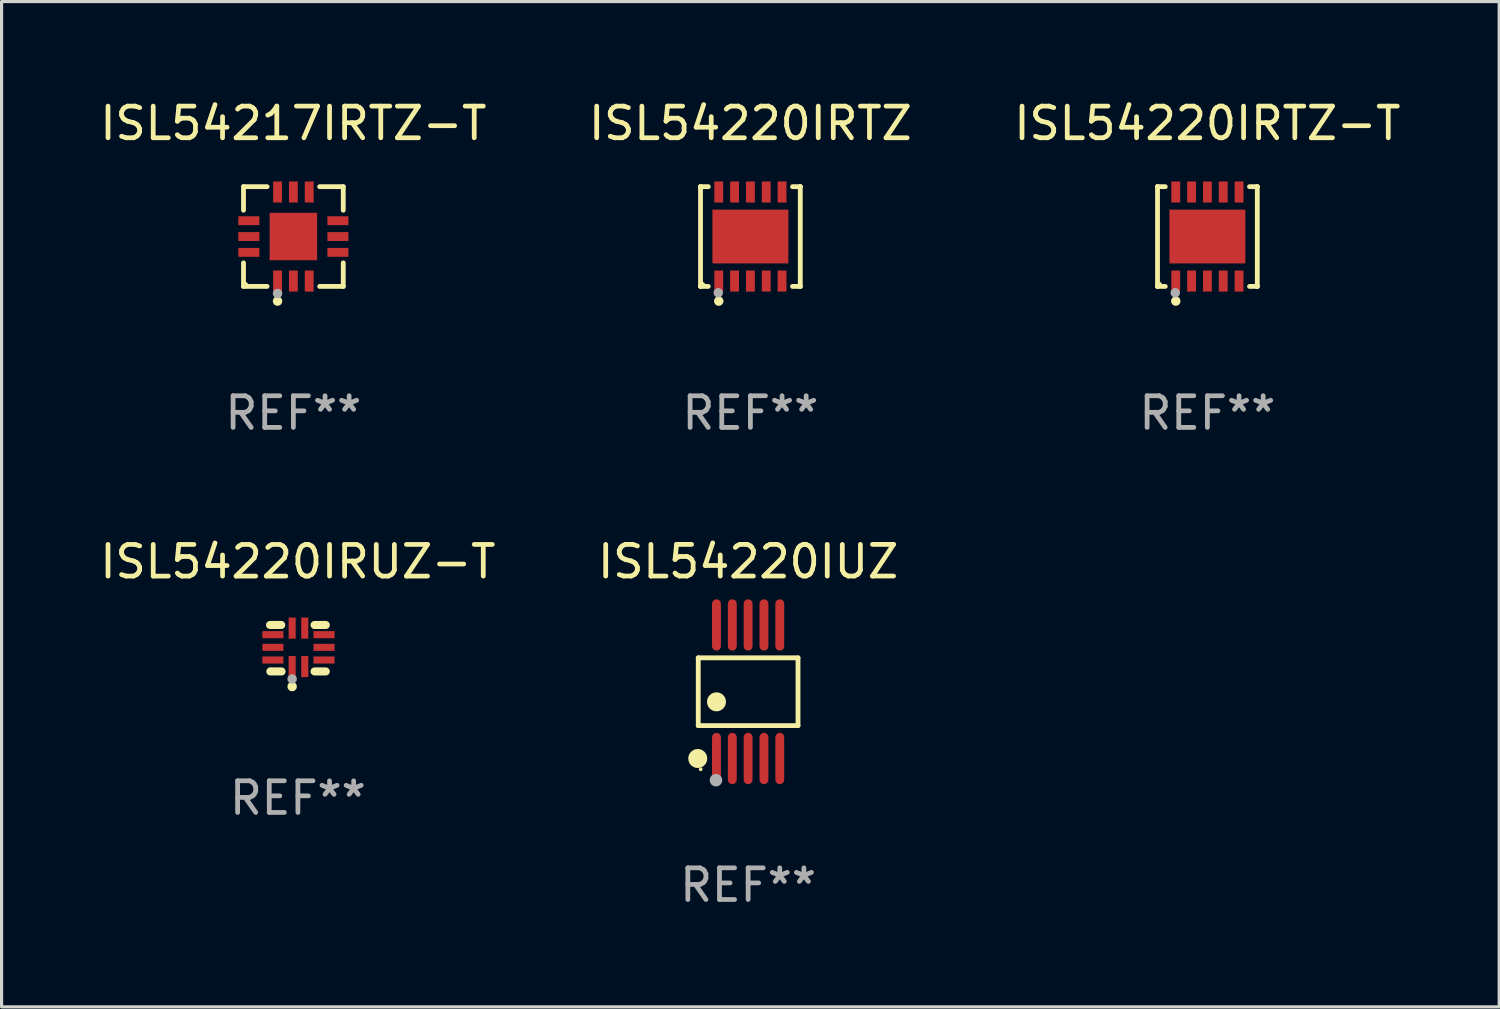
<source format=kicad_pcb>
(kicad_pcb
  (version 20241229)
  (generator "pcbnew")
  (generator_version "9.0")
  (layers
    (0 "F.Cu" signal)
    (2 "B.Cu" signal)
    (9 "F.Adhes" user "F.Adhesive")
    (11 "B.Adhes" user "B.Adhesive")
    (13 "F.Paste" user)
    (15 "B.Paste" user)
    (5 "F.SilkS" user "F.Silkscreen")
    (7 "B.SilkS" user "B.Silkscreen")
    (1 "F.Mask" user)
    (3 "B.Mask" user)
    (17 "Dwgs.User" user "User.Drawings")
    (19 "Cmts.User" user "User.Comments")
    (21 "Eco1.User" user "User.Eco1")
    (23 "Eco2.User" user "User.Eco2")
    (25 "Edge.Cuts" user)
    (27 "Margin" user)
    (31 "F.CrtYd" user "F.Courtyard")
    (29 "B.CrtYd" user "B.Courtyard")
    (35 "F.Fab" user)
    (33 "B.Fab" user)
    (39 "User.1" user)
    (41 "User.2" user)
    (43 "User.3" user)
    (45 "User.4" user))
  (footprint "ISL54220IRTZ-T"
    (layer "F.Cu")
    (at 35.101 4.424)
    (property "Reference" "ISL54220IRTZ-T" (at 0 -3.576 0) (layer "F.SilkS") (effects (font (size 1 1) (thickness 0.15))))
    (attr through_hole)
    (fp_line (start -1.576 -1.576) (end -1.576 -1.576) (stroke (width 0.152) (type solid)) (layer "F.SilkS"))
    (fp_line (start -1.576 -1.576) (end -1.331 -1.576) (stroke (width 0.152) (type solid)) (layer "F.SilkS"))
    (fp_line (start -1.576 1.576) (end -1.576 -1.576) (stroke (width 0.152) (type solid)) (layer "F.SilkS"))
    (fp_line (start -1.576 1.576) (end -1.576 1.576) (stroke (width 0.152) (type solid)) (layer "F.SilkS"))
    (fp_line (start -1.331 1.576) (end -1.576 1.576) (stroke (width 0.152) (type solid)) (layer "F.SilkS"))
    (fp_line (start 1.331 1.576) (end 1.576 1.576) (stroke (width 0.152) (type solid)) (layer "F.SilkS"))
    (fp_line (start 1.576 -1.576) (end 1.331 -1.576) (stroke (width 0.152) (type solid)) (layer "F.SilkS"))
    (fp_line (start 1.576 -1.576) (end 1.576 -1.576) (stroke (width 0.152) (type solid)) (layer "F.SilkS"))
    (fp_line (start 1.576 1.576) (end 1.576 -1.576) (stroke (width 0.152) (type solid)) (layer "F.SilkS"))
    (fp_line (start 1.576 1.576) (end 1.576 1.576) (stroke (width 0.152) (type solid)) (layer "F.SilkS"))
    (fp_circle (center -1.5 1.5) (end -1.47 1.5) (stroke (width 0.06) (type solid)) (fill no) (layer "F.SilkS"))
    (fp_circle (center -1 2.04) (end -0.925 2.04) (stroke (width 0.15) (type solid)) (fill no) (layer "F.SilkS"))
    (fp_circle (center -1.016 1.778) (end -0.941 1.778) (stroke (width 0.15) (type solid)) (fill no) (layer "F.Fab"))
    (fp_text user "REF**" (at 0 5.576 0) (layer "F.Fab") (effects (font (size 1 1) (thickness 0.15))))
    (pad "1" smd rect (at -1 1.407) (size 0.28 0.665) (layers "F.Cu" "F.Mask" "F.Paste"))
    (pad "2" smd rect (at -0.5 1.407) (size 0.28 0.665) (layers "F.Cu" "F.Mask" "F.Paste"))
    (pad "3" smd rect (at 0 1.407) (size 0.28 0.665) (layers "F.Cu" "F.Mask" "F.Paste"))
    (pad "4" smd rect (at 0.5 1.407) (size 0.28 0.665) (layers "F.Cu" "F.Mask" "F.Paste"))
    (pad "5" smd rect (at 1 1.407) (size 0.28 0.665) (layers "F.Cu" "F.Mask" "F.Paste"))
    (pad "6" smd rect (at 1 -1.407) (size 0.28 0.665) (layers "F.Cu" "F.Mask" "F.Paste"))
    (pad "7" smd rect (at 0.5 -1.407) (size 0.28 0.665) (layers "F.Cu" "F.Mask" "F.Paste"))
    (pad "8" smd rect (at 0 -1.407) (size 0.28 0.665) (layers "F.Cu" "F.Mask" "F.Paste"))
    (pad "9" smd rect (at -0.5 -1.407) (size 0.28 0.665) (layers "F.Cu" "F.Mask" "F.Paste"))
    (pad "10" smd rect (at -1 -1.407) (size 0.28 0.665) (layers "F.Cu" "F.Mask" "F.Paste"))
    (pad "11" smd rect (at 0 0) (size 2.4 1.7) (layers "F.Cu" "F.Mask" "F.Paste")))
  (footprint "ISL54220IRUZ-T"
    (layer "F.Cu")
    (at 6.363 17.432)
    (property "Reference" "ISL54220IRUZ-T" (at 0 -2.734 0) (layer "F.SilkS") (effects (font (size 1 1) (thickness 0.15))))
    (attr through_hole)
    (fp_line (start -0.881 -0.734) (end -0.526 -0.734) (stroke (width 0.254) (type solid)) (layer "F.SilkS"))
    (fp_line (start -0.871 0.734) (end -0.516 0.734) (stroke (width 0.254) (type solid)) (layer "F.SilkS"))
    (fp_line (start 0.526 -0.734) (end 0.881 -0.734) (stroke (width 0.254) (type solid)) (layer "F.SilkS"))
    (fp_line (start 0.526 0.734) (end 0.881 0.734) (stroke (width 0.254) (type solid)) (layer "F.SilkS"))
    (fp_circle (center -0.882 0.672) (end -0.852 0.672) (stroke (width 0.06) (type solid)) (fill no) (layer "F.SilkS"))
    (fp_circle (center -0.182 1.212) (end -0.107 1.212) (stroke (width 0.15) (type solid)) (fill no) (layer "F.SilkS"))
    (fp_circle (center -0.182 0.972) (end -0.107 0.972) (stroke (width 0.15) (type solid)) (fill no) (layer "F.Fab"))
    (fp_text user "REF**" (at 0 4.734 0) (layer "F.Fab") (effects (font (size 1 1) (thickness 0.15))))
    (pad "1" smd rect (at -0.182 0.58) (size 0.224 0.665) (layers "F.Cu" "F.Mask" "F.Paste"))
    (pad "2" smd rect (at 0.217 0.58) (size 0.224 0.665) (layers "F.Cu" "F.Mask" "F.Paste"))
    (pad "3" smd rect (at 0.825 0.372) (size 0.665 0.224) (layers "F.Cu" "F.Mask" "F.Paste"))
    (pad "4" smd rect (at 0.825 -0.028) (size 0.665 0.224) (layers "F.Cu" "F.Mask" "F.Paste"))
    (pad "5" smd rect (at 0.825 -0.428) (size 0.665 0.224) (layers "F.Cu" "F.Mask" "F.Paste"))
    (pad "6" smd rect (at 0.217 -0.635) (size 0.224 0.665) (layers "F.Cu" "F.Mask" "F.Paste"))
    (pad "7" smd rect (at -0.182 -0.635) (size 0.224 0.665) (layers "F.Cu" "F.Mask" "F.Paste"))
    (pad "8" smd rect (at -0.79 -0.428) (size 0.665 0.224) (layers "F.Cu" "F.Mask" "F.Paste"))
    (pad "9" smd rect (at -0.79 -0.028) (size 0.665 0.224) (layers "F.Cu" "F.Mask" "F.Paste"))
    (pad "10" smd rect (at -0.79 0.372) (size 0.665 0.224) (layers "F.Cu" "F.Mask" "F.Paste")))
  (footprint "ISL54220IRTZ"
    (layer "F.Cu")
    (at 20.661 4.424)
    (property "Reference" "ISL54220IRTZ" (at 0 -3.576 0) (layer "F.SilkS") (effects (font (size 1 1) (thickness 0.15))))
    (attr through_hole)
    (fp_line (start -1.576 -1.576) (end -1.576 -1.576) (stroke (width 0.152) (type solid)) (layer "F.SilkS"))
    (fp_line (start -1.576 -1.576) (end -1.331 -1.576) (stroke (width 0.152) (type solid)) (layer "F.SilkS"))
    (fp_line (start -1.576 1.576) (end -1.576 -1.576) (stroke (width 0.152) (type solid)) (layer "F.SilkS"))
    (fp_line (start -1.576 1.576) (end -1.576 1.576) (stroke (width 0.152) (type solid)) (layer "F.SilkS"))
    (fp_line (start -1.331 1.576) (end -1.576 1.576) (stroke (width 0.152) (type solid)) (layer "F.SilkS"))
    (fp_line (start 1.331 1.576) (end 1.576 1.576) (stroke (width 0.152) (type solid)) (layer "F.SilkS"))
    (fp_line (start 1.576 -1.576) (end 1.331 -1.576) (stroke (width 0.152) (type solid)) (layer "F.SilkS"))
    (fp_line (start 1.576 -1.576) (end 1.576 -1.576) (stroke (width 0.152) (type solid)) (layer "F.SilkS"))
    (fp_line (start 1.576 1.576) (end 1.576 -1.576) (stroke (width 0.152) (type solid)) (layer "F.SilkS"))
    (fp_line (start 1.576 1.576) (end 1.576 1.576) (stroke (width 0.152) (type solid)) (layer "F.SilkS"))
    (fp_circle (center -1.5 1.5) (end -1.47 1.5) (stroke (width 0.06) (type solid)) (fill no) (layer "F.SilkS"))
    (fp_circle (center -1 2.04) (end -0.925 2.04) (stroke (width 0.15) (type solid)) (fill no) (layer "F.SilkS"))
    (fp_circle (center -1.016 1.778) (end -0.941 1.778) (stroke (width 0.15) (type solid)) (fill no) (layer "F.Fab"))
    (fp_text user "REF**" (at 0 5.576 0) (layer "F.Fab") (effects (font (size 1 1) (thickness 0.15))))
    (pad "1" smd rect (at -1 1.407) (size 0.28 0.665) (layers "F.Cu" "F.Mask" "F.Paste"))
    (pad "2" smd rect (at -0.5 1.407) (size 0.28 0.665) (layers "F.Cu" "F.Mask" "F.Paste"))
    (pad "3" smd rect (at 0 1.407) (size 0.28 0.665) (layers "F.Cu" "F.Mask" "F.Paste"))
    (pad "4" smd rect (at 0.5 1.407) (size 0.28 0.665) (layers "F.Cu" "F.Mask" "F.Paste"))
    (pad "5" smd rect (at 1 1.407) (size 0.28 0.665) (layers "F.Cu" "F.Mask" "F.Paste"))
    (pad "6" smd rect (at 1 -1.407) (size 0.28 0.665) (layers "F.Cu" "F.Mask" "F.Paste"))
    (pad "7" smd rect (at 0.5 -1.407) (size 0.28 0.665) (layers "F.Cu" "F.Mask" "F.Paste"))
    (pad "8" smd rect (at 0 -1.407) (size 0.28 0.665) (layers "F.Cu" "F.Mask" "F.Paste"))
    (pad "9" smd rect (at -0.5 -1.407) (size 0.28 0.665) (layers "F.Cu" "F.Mask" "F.Paste"))
    (pad "10" smd rect (at -1 -1.407) (size 0.28 0.665) (layers "F.Cu" "F.Mask" "F.Paste"))
    (pad "11" smd rect (at 0 0) (size 2.4 1.7) (layers "F.Cu" "F.Mask" "F.Paste")))
  (footprint "ISL54217IRTZ-T"
    (layer "F.Cu")
    (at 6.22 4.424)
    (property "Reference" "ISL54217IRTZ-T" (at 0 -3.576 0) (layer "F.SilkS") (effects (font (size 1 1) (thickness 0.15))))
    (attr through_hole)
    (fp_line (start -1.576 -1.576) (end -0.831 -1.576) (stroke (width 0.152) (type solid)) (layer "F.SilkS"))
    (fp_line (start -1.576 -0.831) (end -1.576 -1.576) (stroke (width 0.152) (type solid)) (layer "F.SilkS"))
    (fp_line (start -1.576 0.831) (end -1.576 1.576) (stroke (width 0.152) (type solid)) (layer "F.SilkS"))
    (fp_line (start -1.576 1.576) (end -0.831 1.576) (stroke (width 0.152) (type solid)) (layer "F.SilkS"))
    (fp_line (start 1.576 -1.576) (end 0.831 -1.576) (stroke (width 0.152) (type solid)) (layer "F.SilkS"))
    (fp_line (start 1.576 -0.831) (end 1.576 -1.576) (stroke (width 0.152) (type solid)) (layer "F.SilkS"))
    (fp_line (start 1.576 0.831) (end 1.576 1.576) (stroke (width 0.152) (type solid)) (layer "F.SilkS"))
    (fp_line (start 1.576 1.576) (end 0.831 1.576) (stroke (width 0.152) (type solid)) (layer "F.SilkS"))
    (fp_circle (center -1.5 1.5) (end -1.47 1.5) (stroke (width 0.06) (type solid)) (fill no) (layer "F.SilkS"))
    (fp_circle (center -0.5 2.04) (end -0.425 2.04) (stroke (width 0.15) (type solid)) (fill no) (layer "F.SilkS"))
    (fp_circle (center -0.5 1.8) (end -0.425 1.8) (stroke (width 0.15) (type solid)) (fill no) (layer "F.Fab"))
    (fp_text user "REF**" (at 0 5.576 0) (layer "F.Fab") (effects (font (size 1 1) (thickness 0.15))))
    (pad "1" smd rect (at -0.5 1.407) (size 0.28 0.665) (layers "F.Cu" "F.Mask" "F.Paste"))
    (pad "2" smd rect (at 0 1.407) (size 0.28 0.665) (layers "F.Cu" "F.Mask" "F.Paste"))
    (pad "3" smd rect (at 0.5 1.407) (size 0.28 0.665) (layers "F.Cu" "F.Mask" "F.Paste"))
    (pad "4" smd rect (at 1.407 0.5) (size 0.665 0.28) (layers "F.Cu" "F.Mask" "F.Paste"))
    (pad "5" smd rect (at 1.407 0) (size 0.665 0.28) (layers "F.Cu" "F.Mask" "F.Paste"))
    (pad "6" smd rect (at 1.407 -0.5) (size 0.665 0.28) (layers "F.Cu" "F.Mask" "F.Paste"))
    (pad "7" smd rect (at 0.5 -1.407) (size 0.28 0.665) (layers "F.Cu" "F.Mask" "F.Paste"))
    (pad "8" smd rect (at 0 -1.407) (size 0.28 0.665) (layers "F.Cu" "F.Mask" "F.Paste"))
    (pad "9" smd rect (at -0.5 -1.407) (size 0.28 0.665) (layers "F.Cu" "F.Mask" "F.Paste"))
    (pad "10" smd rect (at -1.407 -0.5) (size 0.665 0.28) (layers "F.Cu" "F.Mask" "F.Paste"))
    (pad "11" smd rect (at -1.407 0) (size 0.665 0.28) (layers "F.Cu" "F.Mask" "F.Paste"))
    (pad "12" smd rect (at -1.407 0.5) (size 0.665 0.28) (layers "F.Cu" "F.Mask" "F.Paste"))
    (pad "13" smd rect (at 0 0) (size 1.5 1.5) (layers "F.Cu" "F.Mask" "F.Paste")))
  (footprint "ISL54220IUZ"
    (layer "F.Cu")
    (at 20.589 18.807)
    (property "Reference" "ISL54220IUZ" (at 0 -4.11 0) (layer "F.SilkS") (effects (font (size 1 1) (thickness 0.15))))
    (attr through_hole)
    (fp_line (start -1.576 -1.071) (end 1.576 -1.071) (stroke (width 0.152) (type solid)) (layer "F.SilkS"))
    (fp_line (start -1.576 1.071) (end -1.576 -1.071) (stroke (width 0.152) (type solid)) (layer "F.SilkS"))
    (fp_line (start 1.576 -1.071) (end 1.576 1.071) (stroke (width 0.152) (type solid)) (layer "F.SilkS"))
    (fp_line (start 1.576 1.071) (end -1.576 1.071) (stroke (width 0.152) (type solid)) (layer "F.SilkS"))
    (fp_circle (center -1.592 2.11) (end -1.442 2.11) (stroke (width 0.3) (type solid)) (fill no) (layer "F.SilkS"))
    (fp_circle (center -1.5 2.45) (end -1.47 2.45) (stroke (width 0.06) (type solid)) (fill no) (layer "F.SilkS"))
    (fp_circle (center -1 0.319) (end -0.85 0.319) (stroke (width 0.3) (type solid)) (fill no) (layer "F.SilkS"))
    (fp_circle (center -1.016 2.794) (end -0.916 2.794) (stroke (width 0.2) (type solid)) (fill no) (layer "F.Fab"))
    (fp_text user "REF**" (at 0 6.11 0) (layer "F.Fab") (effects (font (size 1 1) (thickness 0.15))))
    (pad "1" smd oval (at -1 2.11) (size 0.28 1.62) (layers "F.Cu" "F.Mask" "F.Paste"))
    (pad "2" smd oval (at -0.5 2.11) (size 0.28 1.62) (layers "F.Cu" "F.Mask" "F.Paste"))
    (pad "3" smd oval (at 0 2.11) (size 0.28 1.62) (layers "F.Cu" "F.Mask" "F.Paste"))
    (pad "4" smd oval (at 0.5 2.11) (size 0.28 1.62) (layers "F.Cu" "F.Mask" "F.Paste"))
    (pad "5" smd oval (at 1 2.11) (size 0.28 1.62) (layers "F.Cu" "F.Mask" "F.Paste"))
    (pad "6" smd oval (at 1 -2.11) (size 0.28 1.62) (layers "F.Cu" "F.Mask" "F.Paste"))
    (pad "7" smd oval (at 0.5 -2.11) (size 0.28 1.62) (layers "F.Cu" "F.Mask" "F.Paste"))
    (pad "8" smd oval (at 0 -2.11) (size 0.28 1.62) (layers "F.Cu" "F.Mask" "F.Paste"))
    (pad "9" smd oval (at -0.5 -2.11) (size 0.28 1.62) (layers "F.Cu" "F.Mask" "F.Paste"))
    (pad "10" smd oval (at -1 -2.11) (size 0.28 1.62) (layers "F.Cu" "F.Mask" "F.Paste")))
  (gr_rect
    (start -3 -3)
    (end 44.321 28.765)
    (stroke (width 0.1) (type default))
    (fill no)
    (layer "Edge.Cuts")))
</source>
